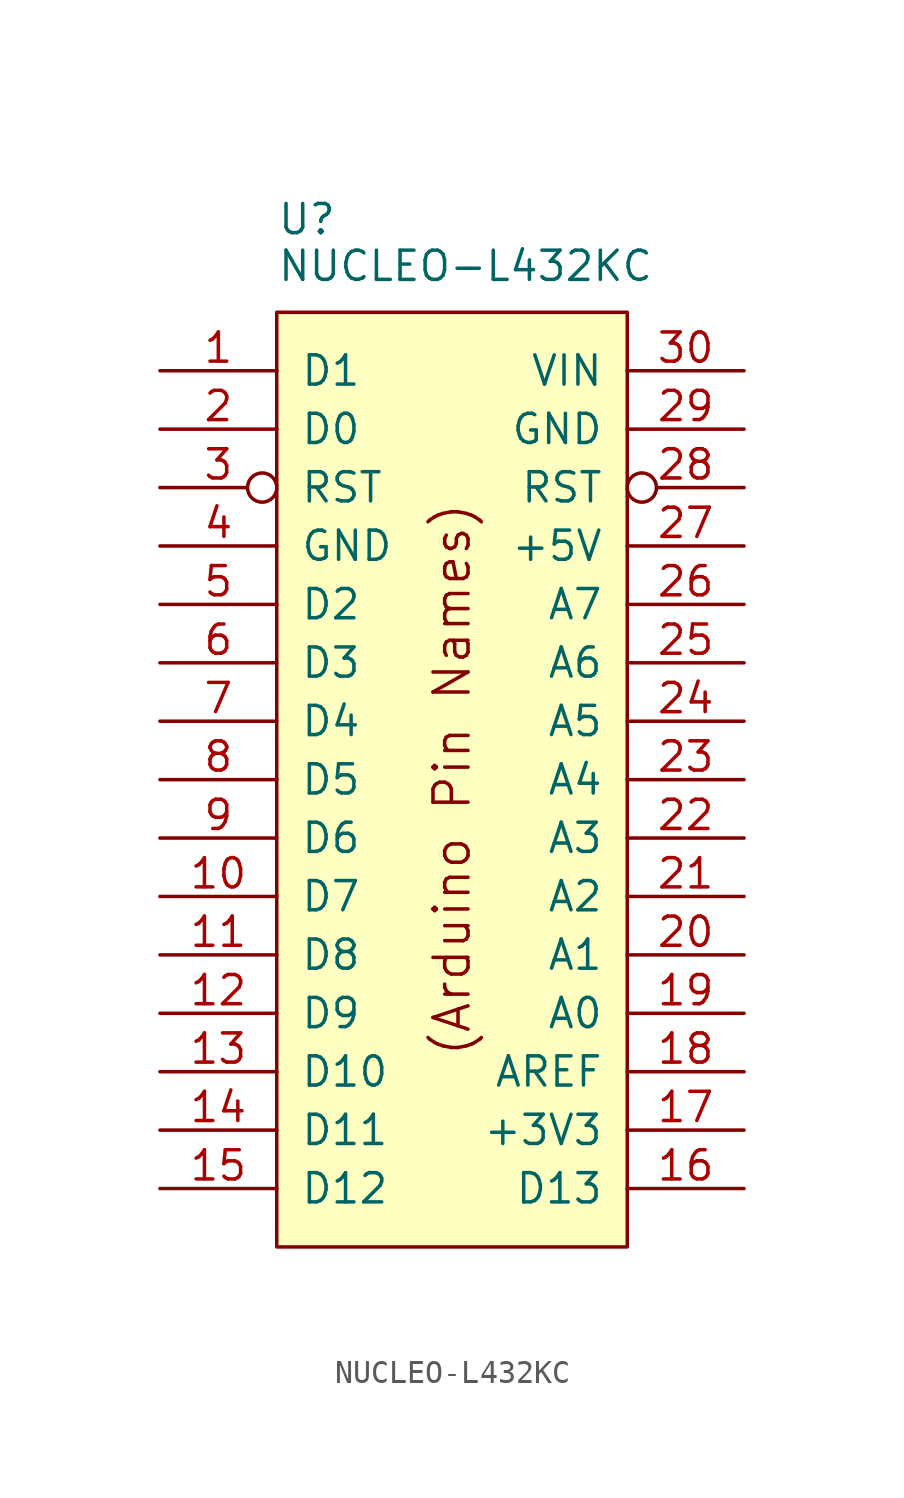
<source format=kicad_sym>
(kicad_symbol_lib
  (version 20220914)
  (generator kicad_symbol_editor)
  (symbol "NUCLEO-L432KC"
    (pin_names
      (offset 1.016))
    (property "Reference" "U"
      (at -10.16 21.082 0)
      (effects (font (size 1.27 1.27)) (justify left bottom)))
    (property "Value" "NUCLEO-L432KC"
      (at -10.16 19.05 0)
      (effects (font (size 1.27 1.27)) (justify left bottom)))
    (symbol "NUCLEO-L432KC_0_0"
      (rectangle (start -10.16 17.78) (end 5.08 -22.86) (stroke (width 0) (type default)) (fill (type background))))
    (symbol "NUCLEO-L432KC_0_1"
      (text "(Arduino Pin Names)" (at -2.54 -2.54 900) (effects (font (size 1.524 1.524)))))
    (symbol "NUCLEO-L432KC_1_1"
      (pin bidirectional line (at -15.24 15.24 0) (length 5.08) (name "D1" (effects (font (size 1.27 1.27)))) (number "1" (effects (font (size 1.27 1.27)))))
      (pin bidirectional line (at -15.24 -7.62 0) (length 5.08) (name "D7" (effects (font (size 1.27 1.27)))) (number "10" (effects (font (size 1.27 1.27)))))
      (pin bidirectional line (at -15.24 -10.16 0) (length 5.08) (name "D8" (effects (font (size 1.27 1.27)))) (number "11" (effects (font (size 1.27 1.27)))))
      (pin bidirectional line (at -15.24 -12.7 0) (length 5.08) (name "D9" (effects (font (size 1.27 1.27)))) (number "12" (effects (font (size 1.27 1.27)))))
      (pin bidirectional line (at -15.24 -15.24 0) (length 5.08) (name "D10" (effects (font (size 1.27 1.27)))) (number "13" (effects (font (size 1.27 1.27)))))
      (pin bidirectional line (at -15.24 -17.78 0) (length 5.08) (name "D11" (effects (font (size 1.27 1.27)))) (number "14" (effects (font (size 1.27 1.27)))))
      (pin bidirectional line (at -15.24 -20.32 0) (length 5.08) (name "D12" (effects (font (size 1.27 1.27)))) (number "15" (effects (font (size 1.27 1.27)))))
      (pin bidirectional line (at 10.16 -20.32 180) (length 5.08) (name "D13" (effects (font (size 1.27 1.27)))) (number "16" (effects (font (size 1.27 1.27)))))
      (pin power_out line (at 10.16 -17.78 180) (length 5.08) (name "+3V3" (effects (font (size 1.27 1.27)))) (number "17" (effects (font (size 1.27 1.27)))))
      (pin input line (at 10.16 -15.24 180) (length 5.08) (name "AREF" (effects (font (size 1.27 1.27)))) (number "18" (effects (font (size 1.27 1.27)))))
      (pin bidirectional line (at 10.16 -12.7 180) (length 5.08) (name "A0" (effects (font (size 1.27 1.27)))) (number "19" (effects (font (size 1.27 1.27)))))
      (pin bidirectional line (at -15.24 12.7 0) (length 5.08) (name "D0" (effects (font (size 1.27 1.27)))) (number "2" (effects (font (size 1.27 1.27)))))
      (pin bidirectional line (at 10.16 -10.16 180) (length 5.08) (name "A1" (effects (font (size 1.27 1.27)))) (number "20" (effects (font (size 1.27 1.27)))))
      (pin bidirectional line (at 10.16 -7.62 180) (length 5.08) (name "A2" (effects (font (size 1.27 1.27)))) (number "21" (effects (font (size 1.27 1.27)))))
      (pin bidirectional line (at 10.16 -5.08 180) (length 5.08) (name "A3" (effects (font (size 1.27 1.27)))) (number "22" (effects (font (size 1.27 1.27)))))
      (pin bidirectional line (at 10.16 -2.54 180) (length 5.08) (name "A4" (effects (font (size 1.27 1.27)))) (number "23" (effects (font (size 1.27 1.27)))))
      (pin bidirectional line (at 10.16 0 180) (length 5.08) (name "A5" (effects (font (size 1.27 1.27)))) (number "24" (effects (font (size 1.27 1.27)))))
      (pin bidirectional line (at 10.16 2.54 180) (length 5.08) (name "A6" (effects (font (size 1.27 1.27)))) (number "25" (effects (font (size 1.27 1.27)))))
      (pin bidirectional line (at 10.16 5.08 180) (length 5.08) (name "A7" (effects (font (size 1.27 1.27)))) (number "26" (effects (font (size 1.27 1.27)))))
      (pin power_in line (at 10.16 7.62 180) (length 5.08) (name "+5V" (effects (font (size 1.27 1.27)))) (number "27" (effects (font (size 1.27 1.27)))))
      (pin input inverted (at 10.16 10.16 180) (length 5.08) (name "RST" (effects (font (size 1.27 1.27)))) (number "28" (effects (font (size 1.27 1.27)))))
      (pin power_in line (at 10.16 12.7 180) (length 5.08) (name "GND" (effects (font (size 1.27 1.27)))) (number "29" (effects (font (size 1.27 1.27)))))
      (pin input inverted (at -15.24 10.16 0) (length 5.08) (name "RST" (effects (font (size 1.27 1.27)))) (number "3" (effects (font (size 1.27 1.27)))))
      (pin power_in line (at 10.16 15.24 180) (length 5.08) (name "VIN" (effects (font (size 1.27 1.27)))) (number "30" (effects (font (size 1.27 1.27)))))
      (pin power_in line (at -15.24 7.62 0) (length 5.08) (name "GND" (effects (font (size 1.27 1.27)))) (number "4" (effects (font (size 1.27 1.27)))))
      (pin bidirectional line (at -15.24 5.08 0) (length 5.08) (name "D2" (effects (font (size 1.27 1.27)))) (number "5" (effects (font (size 1.27 1.27)))))
      (pin bidirectional line (at -15.24 2.54 0) (length 5.08) (name "D3" (effects (font (size 1.27 1.27)))) (number "6" (effects (font (size 1.27 1.27)))))
      (pin bidirectional line (at -15.24 0 0) (length 5.08) (name "D4" (effects (font (size 1.27 1.27)))) (number "7" (effects (font (size 1.27 1.27)))))
      (pin bidirectional line (at -15.24 -2.54 0) (length 5.08) (name "D5" (effects (font (size 1.27 1.27)))) (number "8" (effects (font (size 1.27 1.27)))))
      (pin bidirectional line (at -15.24 -5.08 0) (length 5.08) (name "D6" (effects (font (size 1.27 1.27)))) (number "9" (effects (font (size 1.27 1.27))))))))
</source>
